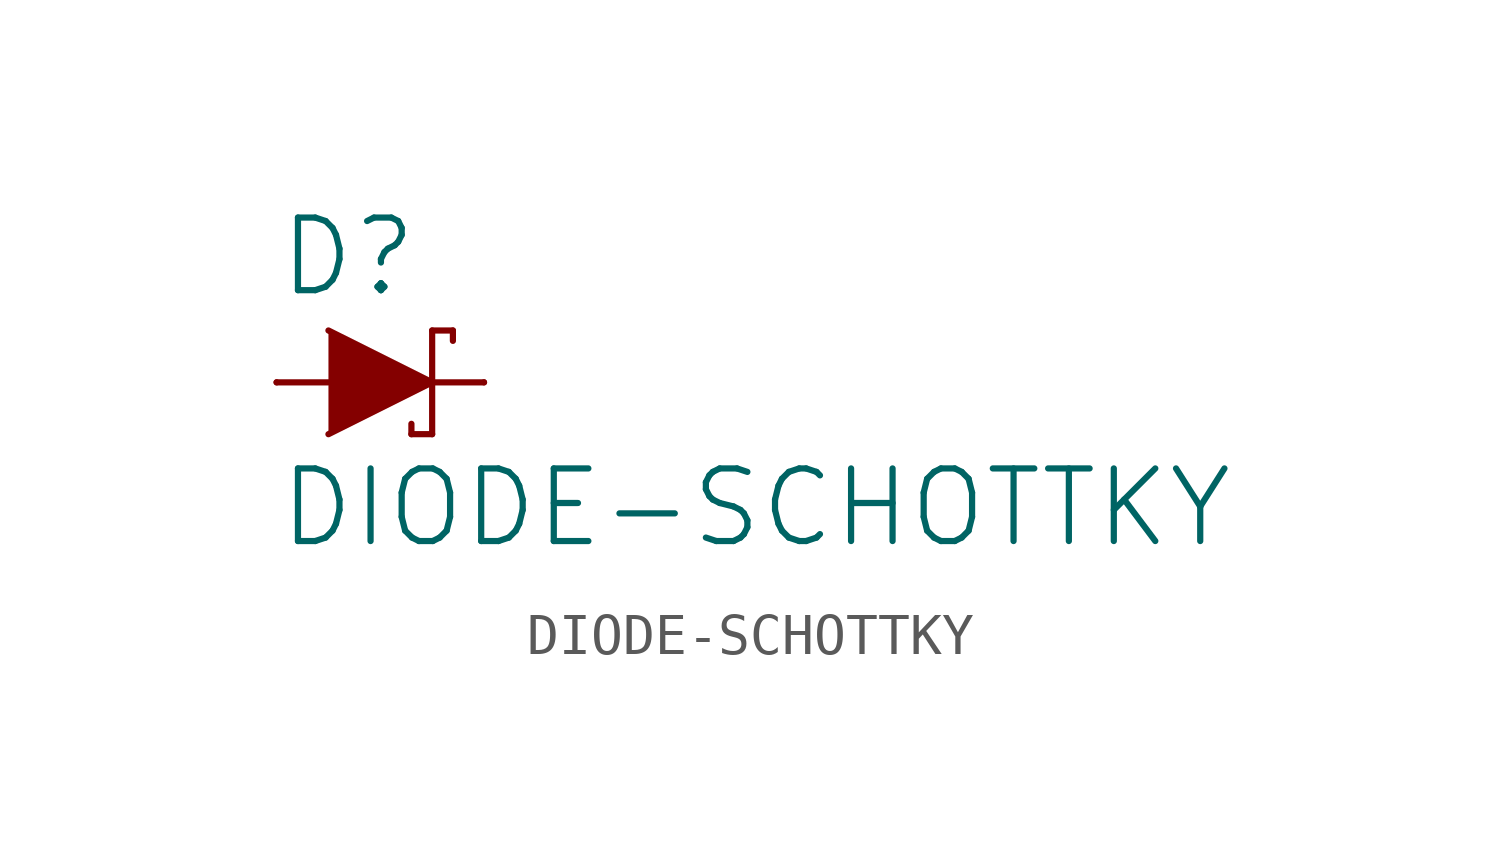
<source format=kicad_sym>
(kicad_symbol_lib
  (version 20211014)
  (generator kicad_symbol_editor)
  (symbol "DIODE-SCHOTTKY"
    (property "Reference" "D"
      (at -2.54 2.032 0)
      (effects (font (size 1.778 1.778)) (justify left bottom)))
    (property "Value" "DIODE-SCHOTTKY"
      (at -2.54 -2.032 0)
      (effects (font (size 1.778 1.778)) (justify left top)))
    (property "ki_locked" ""
      (at 0 0 0)
      (effects (font (size 1.27 1.27))))
    (symbol "DIODE-SCHOTTKY_1_0"
      (polyline (pts (xy -2.54 0) (xy -1.27 0)) (stroke (width 0.152) (type default) (color 0 0 0 0)) (fill (type none)))
      (polyline (pts (xy 0.762 -1.27) (xy 0.762 -1.016)) (stroke (width 0.152) (type default) (color 0 0 0 0)) (fill (type none)))
      (polyline (pts (xy 1.27 -1.27) (xy 0.762 -1.27)) (stroke (width 0.152) (type default) (color 0 0 0 0)) (fill (type none)))
      (polyline (pts (xy 1.27 0) (xy 1.27 -1.27)) (stroke (width 0.152) (type default) (color 0 0 0 0)) (fill (type none)))
      (polyline (pts (xy 1.27 1.27) (xy 1.27 0)) (stroke (width 0.152) (type default) (color 0 0 0 0)) (fill (type none)))
      (polyline (pts (xy 1.27 1.27) (xy 1.778 1.27)) (stroke (width 0.152) (type default) (color 0 0 0 0)) (fill (type none)))
      (polyline (pts (xy 1.778 1.27) (xy 1.778 1.016)) (stroke (width 0.152) (type default) (color 0 0 0 0)) (fill (type none)))
      (polyline (pts (xy 2.54 0) (xy 1.27 0)) (stroke (width 0.152) (type default) (color 0 0 0 0)) (fill (type none)))
      (polyline (pts (xy -1.27 1.27) (xy 1.27 0) (xy -1.27 -1.27)) (stroke (width 0) (type default) (color 0 0 0 0)) (fill (type outline)))
      (pin passive line (at -2.54 0 0) (length 0) (name "A" (effects (font (size 0 0)))) (number "A" (effects (font (size 0 0)))))
      (pin passive line (at 2.54 0 180) (length 0) (name "C" (effects (font (size 0 0)))) (number "C" (effects (font (size 0 0))))))))
</source>
